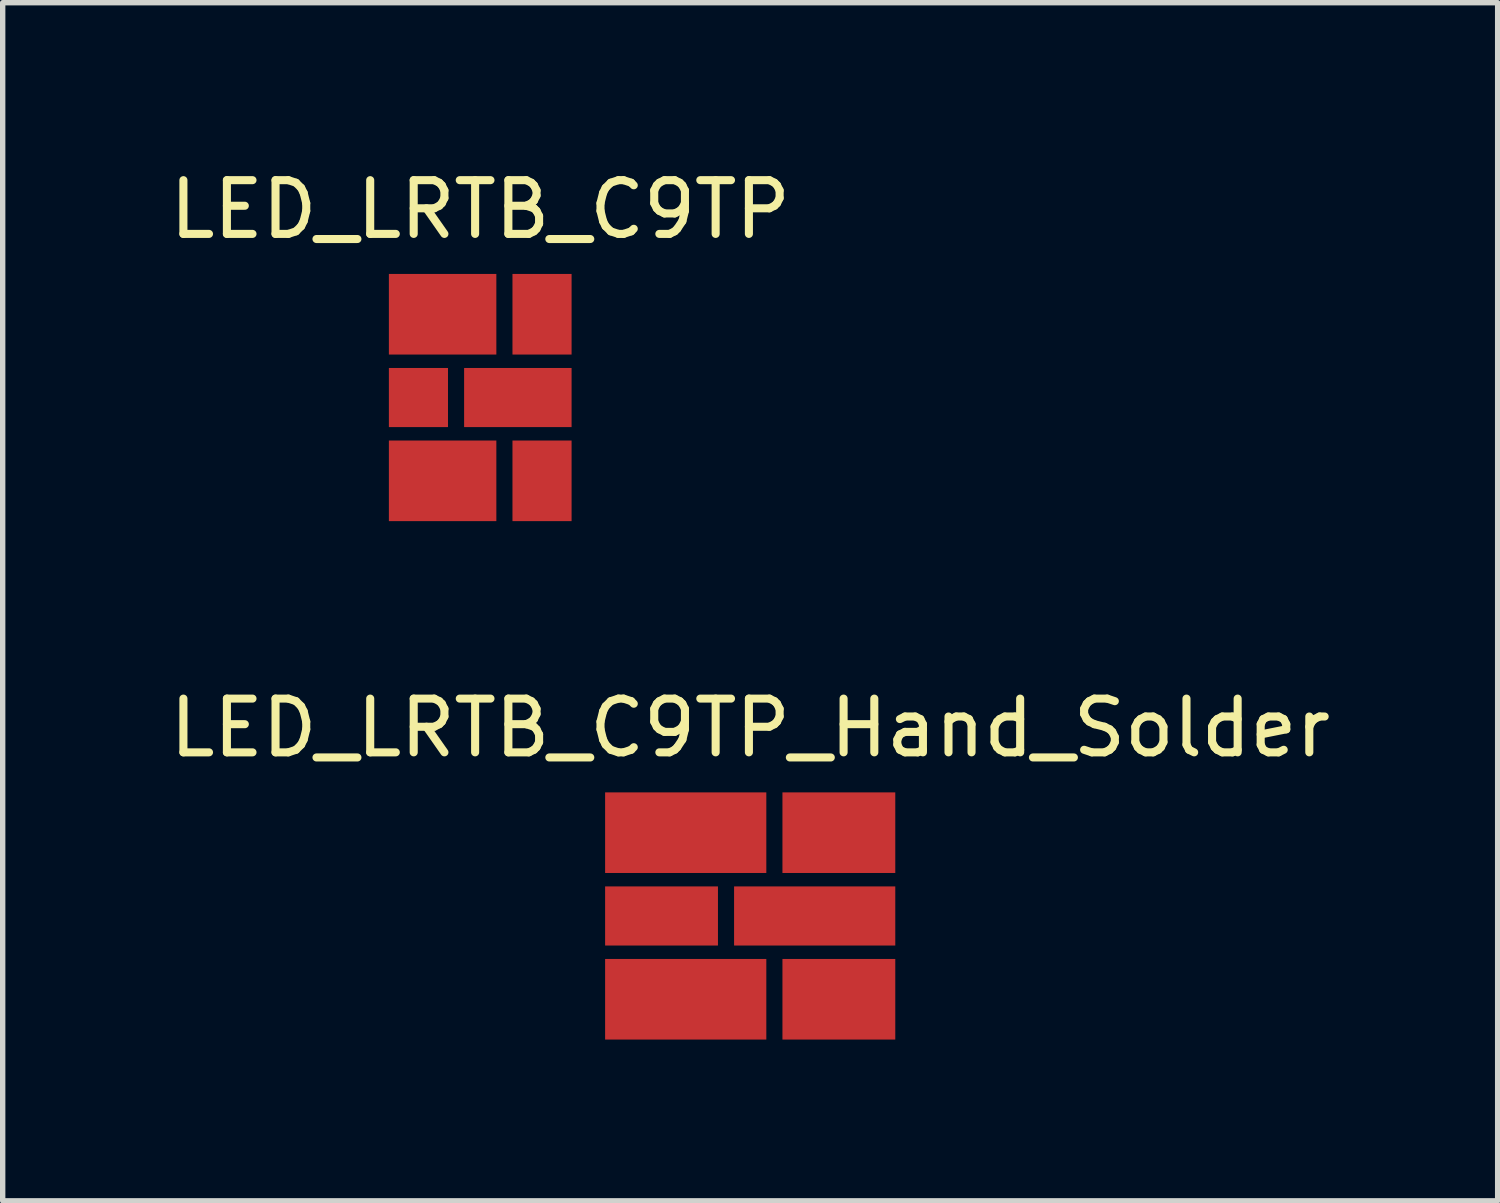
<source format=kicad_pcb>
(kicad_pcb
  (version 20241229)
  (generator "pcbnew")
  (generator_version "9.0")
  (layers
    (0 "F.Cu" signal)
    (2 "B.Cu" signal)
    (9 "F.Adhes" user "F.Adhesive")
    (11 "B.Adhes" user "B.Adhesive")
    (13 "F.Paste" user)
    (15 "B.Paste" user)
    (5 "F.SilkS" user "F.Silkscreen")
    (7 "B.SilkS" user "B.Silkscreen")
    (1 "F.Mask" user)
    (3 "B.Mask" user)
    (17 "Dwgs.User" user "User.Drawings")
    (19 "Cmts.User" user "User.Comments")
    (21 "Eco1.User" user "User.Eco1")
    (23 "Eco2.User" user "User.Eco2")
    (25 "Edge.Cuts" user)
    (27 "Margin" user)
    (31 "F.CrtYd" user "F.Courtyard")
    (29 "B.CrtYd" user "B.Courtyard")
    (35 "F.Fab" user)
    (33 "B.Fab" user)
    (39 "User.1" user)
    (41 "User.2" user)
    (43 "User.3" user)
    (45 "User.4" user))
  (footprint "LED_LRTB_C9TP"
    (layer "F.Cu")
    (at 5.887 4.348)
    (property "Reference" "LED_LRTB_C9TP" (at 0 -3.5 180) (layer "F.SilkS") (effects (font (size 1 1) (thickness 0.15))))
    (attr smd)
    (pad "1" smd rect (at -0.7 -1.55 90) (size 1.5 2) (layers "F.Cu" "F.Mask" "F.Paste"))
    (pad "2" smd rect (at -1.15 0 90) (size 1.1 1.1) (layers "F.Cu" "F.Mask" "F.Paste"))
    (pad "3" smd rect (at -0.7 1.55 90) (size 1.5 2) (layers "F.Cu" "F.Mask" "F.Paste"))
    (pad "4" smd rect (at 1.15 1.55 90) (size 1.5 1.1) (layers "F.Cu" "F.Mask" "F.Paste"))
    (pad "5" smd rect (at 0.7 0 90) (size 1.1 2) (layers "F.Cu" "F.Mask" "F.Paste"))
    (pad "6" smd rect (at 1.15 -1.55 90) (size 1.5 1.1) (layers "F.Cu" "F.Mask" "F.Paste")))
  (footprint "LED_LRTB_C9TP_Hand_Solder"
    (layer "F.Cu")
    (at 10.911 13.996)
    (property "Reference" "LED_LRTB_C9TP_Hand_Solder" (at 0 -3.5 180) (layer "F.SilkS") (effects (font (size 1 1) (thickness 0.15))))
    (attr smd)
    (pad "1" smd rect (at -1.2 -1.55 90) (size 1.5 3) (layers "F.Cu" "F.Mask" "F.Paste"))
    (pad "2" smd rect (at -1.65 0 90) (size 1.1 2.1) (layers "F.Cu" "F.Mask" "F.Paste"))
    (pad "3" smd rect (at -1.2 1.55 90) (size 1.5 3) (layers "F.Cu" "F.Mask" "F.Paste"))
    (pad "4" smd rect (at 1.65 1.55 90) (size 1.5 2.1) (layers "F.Cu" "F.Mask" "F.Paste"))
    (pad "5" smd rect (at 1.2 0 90) (size 1.1 3) (layers "F.Cu" "F.Mask" "F.Paste"))
    (pad "6" smd rect (at 1.65 -1.55 90) (size 1.5 2.1) (layers "F.Cu" "F.Mask" "F.Paste")))
  (gr_rect
    (start -3 -3)
    (end 24.821 19.297)
    (stroke (width 0.1) (type default))
    (fill no)
    (layer "Edge.Cuts")))
</source>
